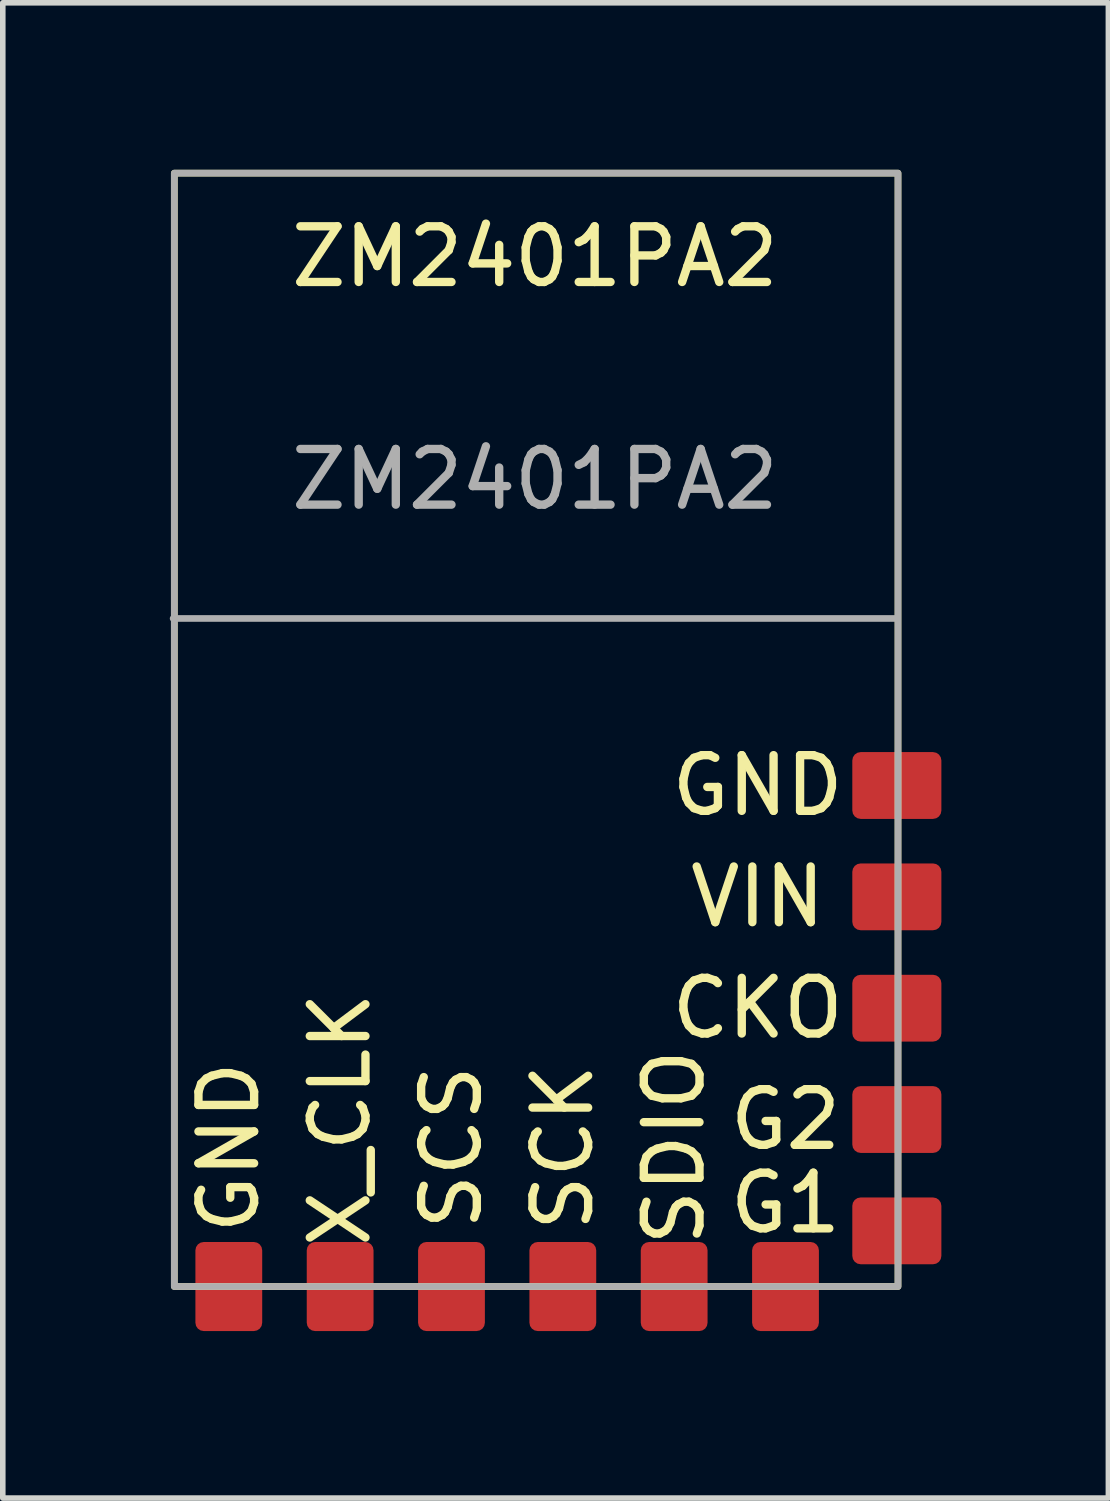
<source format=kicad_pcb>
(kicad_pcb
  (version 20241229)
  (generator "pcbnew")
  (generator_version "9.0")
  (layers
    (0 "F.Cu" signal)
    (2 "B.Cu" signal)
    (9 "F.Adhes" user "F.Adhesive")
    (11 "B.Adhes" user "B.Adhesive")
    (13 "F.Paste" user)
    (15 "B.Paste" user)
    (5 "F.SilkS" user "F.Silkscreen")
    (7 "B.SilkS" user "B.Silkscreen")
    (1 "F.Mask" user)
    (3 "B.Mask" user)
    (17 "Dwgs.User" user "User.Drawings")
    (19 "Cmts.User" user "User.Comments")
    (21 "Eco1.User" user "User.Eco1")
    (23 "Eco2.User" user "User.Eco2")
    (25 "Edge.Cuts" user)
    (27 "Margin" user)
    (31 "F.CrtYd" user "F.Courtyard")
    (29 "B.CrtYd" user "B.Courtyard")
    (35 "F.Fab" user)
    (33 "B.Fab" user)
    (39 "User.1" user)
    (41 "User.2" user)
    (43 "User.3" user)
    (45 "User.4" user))
  (footprint "ZM2401PA2"
    (layer "F.Cu")
    (at 6.56 9.56)
    (property "Reference" "ZM2401PA2" (at 0 -8 0) (unlocked yes) (layer "F.SilkS") (effects (font (size 1 1) (thickness 0.15))))
    (attr through_hole)
    (fp_rect (start -6.479 10.5) (end 6.521 -9.5) (stroke (width 0.12) (type solid)) (fill no) (layer "F.SilkS"))
    (fp_line (start 6.5 -1.5) (end -6.5 -1.5) (stroke (width 0.12) (type solid)) (layer "F.Fab"))
    (fp_rect (start -6.479 10.5) (end 6.521 -9.5) (stroke (width 0.12) (type solid)) (fill no) (layer "F.Fab"))
    (fp_text user "CKO" (at 4 5.5 0) (unlocked yes) (layer "F.SilkS") (effects (font (size 1 1) (thickness 0.15))))
    (fp_text user "SCK" (at 0.5 8 90) (unlocked yes) (layer "F.SilkS") (effects (font (size 1 1) (thickness 0.15))))
    (fp_text user "G2" (at 4.5 7.5 0) (unlocked yes) (layer "F.SilkS") (effects (font (size 1 1) (thickness 0.15))))
    (fp_text user "X_CLK" (at -3.5 7.5 90) (unlocked yes) (layer "F.SilkS") (effects (font (size 1 1) (thickness 0.15))))
    (fp_text user "SDIO" (at 2.5 8 90) (unlocked yes) (layer "F.SilkS") (effects (font (size 1 1) (thickness 0.15))))
    (fp_text user "GND" (at 4 1.5 0) (unlocked yes) (layer "F.SilkS") (effects (font (size 1 1) (thickness 0.15))))
    (fp_text user "GND" (at -5.5 8 90) (unlocked yes) (layer "F.SilkS") (effects (font (size 1 1) (thickness 0.15))))
    (fp_text user "G1" (at 4.5 9 0) (unlocked yes) (layer "F.SilkS") (effects (font (size 1 1) (thickness 0.15))))
    (fp_text user "SCS" (at -1.5 8 90) (unlocked yes) (layer "F.SilkS") (effects (font (size 1 1) (thickness 0.15))))
    (fp_text user "VIN" (at 4 3.5 0) (unlocked yes) (layer "F.SilkS") (effects (font (size 1 1) (thickness 0.15))))
    (fp_text user "${REFERENCE}" (at 0 -4 0) (unlocked yes) (layer "F.Fab") (effects (font (size 1 1) (thickness 0.15))))
    (pad "1" smd roundrect (at 6.5 1.5) (size 1.6 1.2) (layers "F.Cu" "F.Mask" "F.Paste") (roundrect_rratio 0.125))
    (pad "2" smd roundrect (at 6.5 3.5) (size 1.6 1.2) (layers "F.Cu" "F.Mask" "F.Paste") (roundrect_rratio 0.125))
    (pad "3" smd roundrect (at 6.5 5.5) (size 1.6 1.2) (layers "F.Cu" "F.Mask" "F.Paste") (roundrect_rratio 0.125))
    (pad "4" smd roundrect (at 6.5 7.5) (size 1.6 1.2) (layers "F.Cu" "F.Mask" "F.Paste") (roundrect_rratio 0.125))
    (pad "5" smd roundrect (at 6.5 9.5) (size 1.6 1.2) (layers "F.Cu" "F.Mask" "F.Paste") (roundrect_rratio 0.125))
    (pad "6" smd roundrect (at 4.5 10.5) (size 1.2 1.6) (layers "F.Cu" "F.Mask" "F.Paste") (roundrect_rratio 0.125))
    (pad "7" smd roundrect (at 2.5 10.5) (size 1.2 1.6) (layers "F.Cu" "F.Mask" "F.Paste") (roundrect_rratio 0.125))
    (pad "8" smd roundrect (at 0.5 10.5) (size 1.2 1.6) (layers "F.Cu" "F.Mask" "F.Paste") (roundrect_rratio 0.125))
    (pad "9" smd roundrect (at -1.5 10.5) (size 1.2 1.6) (layers "F.Cu" "F.Mask" "F.Paste") (roundrect_rratio 0.125))
    (pad "10" smd roundrect (at -3.5 10.5) (size 1.2 1.6) (layers "F.Cu" "F.Mask" "F.Paste") (roundrect_rratio 0.125))
    (pad "11" smd roundrect (at -5.5 10.5) (size 1.2 1.6) (layers "F.Cu" "F.Mask" "F.Paste") (roundrect_rratio 0.125)))
  (gr_rect
    (start -3 -3)
    (end 16.86 23.86)
    (stroke (width 0.1) (type default))
    (fill no)
    (layer "Edge.Cuts")))
</source>
